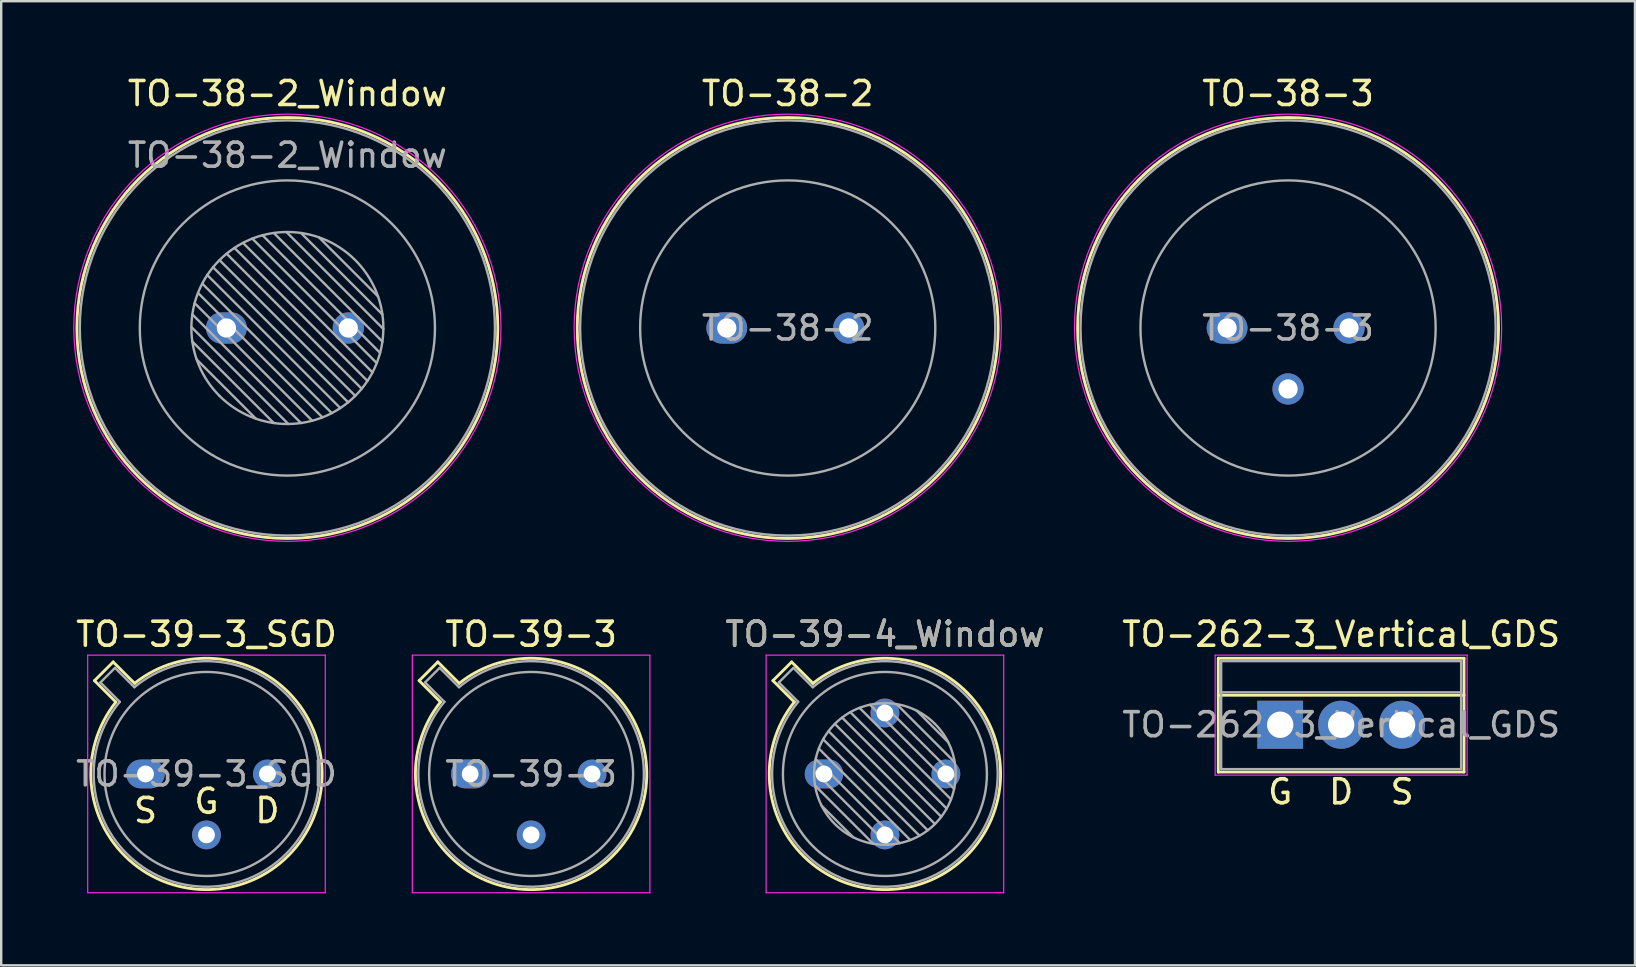
<source format=kicad_pcb>
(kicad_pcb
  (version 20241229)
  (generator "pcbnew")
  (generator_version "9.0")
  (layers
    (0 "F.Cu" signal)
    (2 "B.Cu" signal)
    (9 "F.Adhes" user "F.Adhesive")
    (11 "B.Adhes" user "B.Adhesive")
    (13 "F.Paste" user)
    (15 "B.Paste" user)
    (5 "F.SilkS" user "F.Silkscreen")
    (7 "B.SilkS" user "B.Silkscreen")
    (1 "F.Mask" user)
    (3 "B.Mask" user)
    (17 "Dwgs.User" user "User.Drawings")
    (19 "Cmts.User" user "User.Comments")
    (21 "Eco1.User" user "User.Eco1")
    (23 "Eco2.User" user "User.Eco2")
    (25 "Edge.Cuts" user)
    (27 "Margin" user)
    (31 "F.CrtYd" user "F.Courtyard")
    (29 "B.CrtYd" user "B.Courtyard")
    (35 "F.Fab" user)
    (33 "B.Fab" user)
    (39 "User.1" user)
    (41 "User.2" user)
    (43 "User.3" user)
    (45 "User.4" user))
  (footprint "TO-39-3"
    (layer "F.Cu")
    (at 16.542 29.201)
    (property "Reference" "TO-39-3" (at 2.54 -5.82 0) (layer "F.SilkS") (effects (font (size 1 1) (thickness 0.15))))
    (attr through_hole)
    (fp_line (start -2.126 -3.888) (end -1.235 -2.997) (stroke (width 0.12) (type solid)) (layer "F.SilkS"))
    (fp_line (start -1.348 -4.666) (end -2.126 -3.888) (stroke (width 0.12) (type solid)) (layer "F.SilkS"))
    (fp_line (start -0.457 -3.775) (end -1.348 -4.666) (stroke (width 0.12) (type solid)) (layer "F.SilkS"))
    (fp_arc (start -0.457084 -3.774902) (mid 5.948125 3.408384) (end -1.234674 -2.997371) (stroke (width 0.12) (type solid)) (layer "F.SilkS"))
    (fp_line (start -2.41 -4.95) (end -2.41 4.95) (stroke (width 0.05) (type solid)) (layer "F.CrtYd"))
    (fp_line (start -2.41 4.95) (end 7.49 4.95) (stroke (width 0.05) (type solid)) (layer "F.CrtYd"))
    (fp_line (start 7.49 -4.95) (end -2.41 -4.95) (stroke (width 0.05) (type solid)) (layer "F.CrtYd"))
    (fp_line (start 7.49 4.95) (end 7.49 -4.95) (stroke (width 0.05) (type solid)) (layer "F.CrtYd"))
    (fp_line (start -1.88 -3.812) (end -1.074 -3.005) (stroke (width 0.1) (type solid)) (layer "F.Fab"))
    (fp_line (start -1.272 -4.42) (end -1.88 -3.812) (stroke (width 0.1) (type solid)) (layer "F.Fab"))
    (fp_line (start -0.465 -3.614) (end -1.272 -4.42) (stroke (width 0.1) (type solid)) (layer "F.Fab"))
    (fp_arc (start -0.465408 -3.61352) (mid 5.863443 3.323361) (end -1.073594 -3.005319) (stroke (width 0.1) (type solid)) (layer "F.Fab"))
    (fp_circle (center 2.54 0) (end 6.79 0) (stroke (width 0.1) (type solid)) (fill no) (layer "F.Fab"))
    (fp_text user "${REFERENCE}" (at 2.54 0 0) (layer "F.Fab") (effects (font (size 1 1) (thickness 0.15))))
    (pad "1" thru_hole oval (at 0 0) (size 1.6 1.2) (drill 0.7) (layers "*.Cu" "*.Mask"))
    (pad "2" thru_hole oval (at 2.54 2.54) (size 1.2 1.2) (drill 0.7) (layers "*.Cu" "*.Mask"))
    (pad "3" thru_hole oval (at 5.08 0) (size 1.2 1.2) (drill 0.7) (layers "*.Cu" "*.Mask")))
  (footprint "TO-38-2"
    (layer "F.Cu")
    (at 27.235 10.618)
    (property "Reference" "TO-38-2" (at 2.54 -9.77 0) (layer "F.SilkS") (effects (font (size 1 1) (thickness 0.15))))
    (attr through_hole)
    (fp_circle (center 2.54 0) (end 11.31 0) (stroke (width 0.12) (type solid)) (fill no) (layer "F.SilkS"))
    (fp_circle (center 2.54 -0.01) (end 11.44 -0.01) (stroke (width 0.05) (type solid)) (fill no) (layer "F.CrtYd"))
    (fp_circle (center 2.54 0) (end 8.69 0) (stroke (width 0.1) (type solid)) (fill no) (layer "F.Fab"))
    (fp_circle (center 2.54 0) (end 11.19 0) (stroke (width 0.1) (type solid)) (fill no) (layer "F.Fab"))
    (fp_text user "${REFERENCE}" (at 2.54 0 0) (layer "F.Fab") (effects (font (size 1 1) (thickness 0.15))))
    (pad "1" thru_hole oval (at 0 0) (size 1.7 1.3) (drill 0.8) (layers "*.Cu" "*.Mask"))
    (pad "2" thru_hole oval (at 5.08 0) (size 1.3 1.3) (drill 0.8) (layers "*.Cu" "*.Mask")))
  (footprint "TO-39-3_SGD"
    (layer "F.Cu")
    (at 3.014 29.201)
    (property "Reference" "TO-39-3_SGD" (at 2.54 -5.82 0) (layer "F.SilkS") (effects (font (size 1 1) (thickness 0.15))))
    (fp_line (start -2.126 -3.888) (end -1.235 -2.997) (stroke (width 0.12) (type solid)) (layer "F.SilkS"))
    (fp_line (start -1.348 -4.666) (end -2.126 -3.888) (stroke (width 0.12) (type solid)) (layer "F.SilkS"))
    (fp_line (start -0.457 -3.775) (end -1.348 -4.666) (stroke (width 0.12) (type solid)) (layer "F.SilkS"))
    (fp_arc (start -0.457084 -3.774902) (mid 5.948125 3.408384) (end -1.234674 -2.997371) (stroke (width 0.12) (type solid)) (layer "F.SilkS"))
    (fp_line (start -2.41 -4.95) (end -2.41 4.95) (stroke (width 0.05) (type solid)) (layer "F.CrtYd"))
    (fp_line (start -2.41 4.95) (end 7.49 4.95) (stroke (width 0.05) (type solid)) (layer "F.CrtYd"))
    (fp_line (start 7.49 -4.95) (end -2.41 -4.95) (stroke (width 0.05) (type solid)) (layer "F.CrtYd"))
    (fp_line (start 7.49 4.95) (end 7.49 -4.95) (stroke (width 0.05) (type solid)) (layer "F.CrtYd"))
    (fp_line (start -1.88 -3.812) (end -1.074 -3.005) (stroke (width 0.1) (type solid)) (layer "F.Fab"))
    (fp_line (start -1.272 -4.42) (end -1.88 -3.812) (stroke (width 0.1) (type solid)) (layer "F.Fab"))
    (fp_line (start -0.465 -3.614) (end -1.272 -4.42) (stroke (width 0.1) (type solid)) (layer "F.Fab"))
    (fp_arc (start -0.465408 -3.61352) (mid 5.863443 3.323361) (end -1.073594 -3.005319) (stroke (width 0.1) (type solid)) (layer "F.Fab"))
    (fp_circle (center 2.54 0) (end 6.79 0) (stroke (width 0.1) (type solid)) (fill no) (layer "F.Fab"))
    (fp_text user "G" (at 2.54 1.143 0) (unlocked yes) (layer "F.SilkS") (effects (font (size 1 1) (thickness 0.15))))
    (fp_text user "D" (at 5.08 1.524 0) (unlocked yes) (layer "F.SilkS") (effects (font (size 1 1) (thickness 0.15))))
    (fp_text user "S" (at 0 1.524 0) (unlocked yes) (layer "F.SilkS") (effects (font (size 1 1) (thickness 0.15))))
    (fp_text user "${REFERENCE}" (at 2.54 0 0) (layer "F.Fab") (effects (font (size 1 1) (thickness 0.15))))
    (pad "1" thru_hole oval (at 0 0) (size 1.6 1.2) (drill 0.7) (layers "*.Cu" "*.Mask"))
    (pad "2" thru_hole oval (at 2.54 2.54) (size 1.2 1.2) (drill 0.7) (layers "*.Cu" "*.Mask"))
    (pad "3" thru_hole oval (at 5.08 0) (size 1.2 1.2) (drill 0.7) (layers "*.Cu" "*.Mask")))
  (footprint "TO-262-3_Vertical_GDS"
    (layer "F.Cu")
    (at 50.297 27.151)
    (property "Reference" "TO-262-3_Vertical_GDS" (at 2.54 -3.77 0) (layer "F.SilkS") (effects (font (size 1 1) (thickness 0.15))))
    (fp_line (start -2.58 -2.77) (end -2.58 1.971) (stroke (width 0.12) (type solid)) (layer "F.SilkS"))
    (fp_line (start -2.58 -2.77) (end 7.66 -2.77) (stroke (width 0.12) (type solid)) (layer "F.SilkS"))
    (fp_line (start -2.58 -1.23) (end 7.66 -1.23) (stroke (width 0.12) (type solid)) (layer "F.SilkS"))
    (fp_line (start -2.58 1.971) (end 7.66 1.971) (stroke (width 0.12) (type solid)) (layer "F.SilkS"))
    (fp_line (start 7.66 -2.77) (end 7.66 1.971) (stroke (width 0.12) (type solid)) (layer "F.SilkS"))
    (fp_line (start -2.71 -2.9) (end -2.71 2.1) (stroke (width 0.05) (type solid)) (layer "F.CrtYd"))
    (fp_line (start -2.71 2.1) (end 7.79 2.1) (stroke (width 0.05) (type solid)) (layer "F.CrtYd"))
    (fp_line (start 7.79 -2.9) (end -2.71 -2.9) (stroke (width 0.05) (type solid)) (layer "F.CrtYd"))
    (fp_line (start 7.79 2.1) (end 7.79 -2.9) (stroke (width 0.05) (type solid)) (layer "F.CrtYd"))
    (fp_line (start -2.46 -2.65) (end -2.46 1.85) (stroke (width 0.1) (type solid)) (layer "F.Fab"))
    (fp_line (start -2.46 -1.35) (end 7.54 -1.35) (stroke (width 0.1) (type solid)) (layer "F.Fab"))
    (fp_line (start -2.46 1.85) (end 7.54 1.85) (stroke (width 0.1) (type solid)) (layer "F.Fab"))
    (fp_line (start 7.54 -2.65) (end -2.46 -2.65) (stroke (width 0.1) (type solid)) (layer "F.Fab"))
    (fp_line (start 7.54 1.85) (end 7.54 -2.65) (stroke (width 0.1) (type solid)) (layer "F.Fab"))
    (fp_text user "G" (at 0 2.794 0) (unlocked yes) (layer "F.SilkS") (effects (font (size 1 1) (thickness 0.15))))
    (fp_text user "D" (at 2.54 2.794 0) (unlocked yes) (layer "F.SilkS") (effects (font (size 1 1) (thickness 0.15))))
    (fp_text user "S" (at 5.08 2.794 0) (unlocked yes) (layer "F.SilkS") (effects (font (size 1 1) (thickness 0.15))))
    (fp_text user "${REFERENCE}" (at 2.54 0 0) (layer "F.Fab") (effects (font (size 1 1) (thickness 0.15))))
    (pad "1" thru_hole rect (at 0 0) (size 1.905 2) (drill 1.1) (layers "*.Cu" "*.Mask"))
    (pad "2" thru_hole oval (at 2.54 0) (size 1.905 2) (drill 1.1) (layers "*.Cu" "*.Mask"))
    (pad "3" thru_hole oval (at 5.08 0) (size 1.905 2) (drill 1.1) (layers "*.Cu" "*.Mask")))
  (footprint "TO-39-4_Window"
    (layer "F.Cu")
    (at 31.285 29.201)
    (property "Reference" "TO-39-4_Window" (at 2.54 -5.82 0) (layer "F.SilkS") (effects (font (size 1 1) (thickness 0.15))))
    (attr through_hole)
    (fp_line (start -2.126 -3.888) (end -1.235 -2.997) (stroke (width 0.12) (type solid)) (layer "F.SilkS"))
    (fp_line (start -1.348 -4.666) (end -2.126 -3.888) (stroke (width 0.12) (type solid)) (layer "F.SilkS"))
    (fp_line (start -0.457 -3.775) (end -1.348 -4.666) (stroke (width 0.12) (type solid)) (layer "F.SilkS"))
    (fp_arc (start -0.457084 -3.774902) (mid 5.948125 3.408384) (end -1.234674 -2.997371) (stroke (width 0.12) (type solid)) (layer "F.SilkS"))
    (fp_line (start -2.41 -4.95) (end -2.41 4.95) (stroke (width 0.05) (type solid)) (layer "F.CrtYd"))
    (fp_line (start -2.41 4.95) (end 7.49 4.95) (stroke (width 0.05) (type solid)) (layer "F.CrtYd"))
    (fp_line (start 7.49 -4.95) (end -2.41 -4.95) (stroke (width 0.05) (type solid)) (layer "F.CrtYd"))
    (fp_line (start 7.49 4.95) (end 7.49 -4.95) (stroke (width 0.05) (type solid)) (layer "F.CrtYd"))
    (fp_line (start -1.88 -3.812) (end -1.074 -3.005) (stroke (width 0.1) (type solid)) (layer "F.Fab"))
    (fp_line (start -1.272 -4.42) (end -1.88 -3.812) (stroke (width 0.1) (type solid)) (layer "F.Fab"))
    (fp_line (start -0.465 -3.614) (end -1.272 -4.42) (stroke (width 0.1) (type solid)) (layer "F.Fab"))
    (fp_line (start -0.408 -0.12) (end 2.66 2.948) (stroke (width 0.1) (type solid)) (layer "F.Fab"))
    (fp_line (start -0.371 0.485) (end 2.055 2.911) (stroke (width 0.1) (type solid)) (layer "F.Fab"))
    (fp_line (start -0.344 -0.622) (end 3.162 2.884) (stroke (width 0.1) (type solid)) (layer "F.Fab"))
    (fp_line (start -0.215 -1.058) (end 3.598 2.755) (stroke (width 0.1) (type solid)) (layer "F.Fab"))
    (fp_line (start -0.097 1.324) (end 1.216 2.637) (stroke (width 0.1) (type solid)) (layer "F.Fab"))
    (fp_line (start -0.034 -1.443) (end 3.983 2.574) (stroke (width 0.1) (type solid)) (layer "F.Fab"))
    (fp_line (start 0.19 -1.784) (end 4.324 2.35) (stroke (width 0.1) (type solid)) (layer "F.Fab"))
    (fp_line (start 0.454 -2.086) (end 4.626 2.086) (stroke (width 0.1) (type solid)) (layer "F.Fab"))
    (fp_line (start 0.756 -2.35) (end 4.89 1.784) (stroke (width 0.1) (type solid)) (layer "F.Fab"))
    (fp_line (start 1.097 -2.574) (end 5.114 1.443) (stroke (width 0.1) (type solid)) (layer "F.Fab"))
    (fp_line (start 1.482 -2.755) (end 5.295 1.058) (stroke (width 0.1) (type solid)) (layer "F.Fab"))
    (fp_line (start 1.918 -2.884) (end 5.424 0.622) (stroke (width 0.1) (type solid)) (layer "F.Fab"))
    (fp_line (start 2.42 -2.948) (end 5.488 0.12) (stroke (width 0.1) (type solid)) (layer "F.Fab"))
    (fp_line (start 3.025 -2.911) (end 5.451 -0.485) (stroke (width 0.1) (type solid)) (layer "F.Fab"))
    (fp_line (start 3.864 -2.637) (end 5.177 -1.324) (stroke (width 0.1) (type solid)) (layer "F.Fab"))
    (fp_arc (start -0.465408 -3.61352) (mid 5.863443 3.323361) (end -1.073594 -3.005319) (stroke (width 0.1) (type solid)) (layer "F.Fab"))
    (fp_circle (center 2.54 0) (end 5.49 0) (stroke (width 0.1) (type solid)) (fill no) (layer "F.Fab"))
    (fp_circle (center 2.54 0) (end 6.79 0) (stroke (width 0.1) (type solid)) (fill no) (layer "F.Fab"))
    (fp_text user "${REFERENCE}" (at 2.54 -5.82 0) (layer "F.Fab") (effects (font (size 1 1) (thickness 0.15))))
    (pad "1" thru_hole oval (at 0 0) (size 1.6 1.2) (drill 0.7) (layers "*.Cu" "*.Mask"))
    (pad "2" thru_hole oval (at 2.54 2.54) (size 1.2 1.2) (drill 0.7) (layers "*.Cu" "*.Mask"))
    (pad "3" thru_hole oval (at 5.08 0) (size 1.2 1.2) (drill 0.7) (layers "*.Cu" "*.Mask"))
    (pad "4" thru_hole oval (at 2.54 -2.54) (size 1.2 1.2) (drill 0.7) (layers "*.Cu" "*.Mask")))
  (footprint "TO-38-2_Window"
    (layer "F.Cu")
    (at 6.385 10.618)
    (property "Reference" "TO-38-2_Window" (at 2.54 -9.77 0) (layer "F.SilkS") (effects (font (size 1 1) (thickness 0.15))))
    (attr through_hole)
    (fp_circle (center 2.54 0) (end 11.31 0) (stroke (width 0.12) (type solid)) (fill no) (layer "F.SilkS"))
    (fp_circle (center 2.54 -0.01) (end 11.44 -0.01) (stroke (width 0.05) (type solid)) (fill no) (layer "F.CrtYd"))
    (fp_line (start -1.46 -0.041) (end 2.581 4) (stroke (width 0.1) (type solid)) (layer "F.Fab"))
    (fp_line (start -1.42 -0.566) (end 3.106 3.96) (stroke (width 0.1) (type solid)) (layer "F.Fab"))
    (fp_line (start -1.42 0.566) (end 1.974 3.96) (stroke (width 0.1) (type solid)) (layer "F.Fab"))
    (fp_line (start -1.324 -1.036) (end 3.576 3.864) (stroke (width 0.1) (type solid)) (layer "F.Fab"))
    (fp_line (start -1.239 1.313) (end 1.227 3.779) (stroke (width 0.1) (type solid)) (layer "F.Fab"))
    (fp_line (start -1.184 -1.461) (end 4.001 3.724) (stroke (width 0.1) (type solid)) (layer "F.Fab"))
    (fp_line (start -1.007 -1.85) (end 4.39 3.547) (stroke (width 0.1) (type solid)) (layer "F.Fab"))
    (fp_line (start -0.797 -2.206) (end 4.746 3.337) (stroke (width 0.1) (type solid)) (layer "F.Fab"))
    (fp_line (start -0.558 -2.532) (end 5.072 3.098) (stroke (width 0.1) (type solid)) (layer "F.Fab"))
    (fp_line (start -0.289 -2.829) (end 5.369 2.829) (stroke (width 0.1) (type solid)) (layer "F.Fab"))
    (fp_line (start -0.289 2.829) (end -0.289 2.829) (stroke (width 0.1) (type solid)) (layer "F.Fab"))
    (fp_line (start 0.008 -3.098) (end 5.638 2.532) (stroke (width 0.1) (type solid)) (layer "F.Fab"))
    (fp_line (start 0.334 -3.337) (end 5.877 2.206) (stroke (width 0.1) (type solid)) (layer "F.Fab"))
    (fp_line (start 0.69 -3.547) (end 6.087 1.85) (stroke (width 0.1) (type solid)) (layer "F.Fab"))
    (fp_line (start 1.079 -3.724) (end 6.264 1.461) (stroke (width 0.1) (type solid)) (layer "F.Fab"))
    (fp_line (start 1.504 -3.864) (end 6.404 1.036) (stroke (width 0.1) (type solid)) (layer "F.Fab"))
    (fp_line (start 1.974 -3.96) (end 6.5 0.566) (stroke (width 0.1) (type solid)) (layer "F.Fab"))
    (fp_line (start 2.499 -4) (end 6.54 0.041) (stroke (width 0.1) (type solid)) (layer "F.Fab"))
    (fp_line (start 3.106 -3.96) (end 6.5 -0.566) (stroke (width 0.1) (type solid)) (layer "F.Fab"))
    (fp_line (start 3.853 -3.779) (end 6.319 -1.313) (stroke (width 0.1) (type solid)) (layer "F.Fab"))
    (fp_circle (center 2.54 0) (end 6.54 0) (stroke (width 0.1) (type solid)) (fill no) (layer "F.Fab"))
    (fp_circle (center 2.54 0) (end 8.69 0) (stroke (width 0.1) (type solid)) (fill no) (layer "F.Fab"))
    (fp_circle (center 2.54 0) (end 11.19 0) (stroke (width 0.1) (type solid)) (fill no) (layer "F.Fab"))
    (fp_text user "${REFERENCE}" (at 2.54 -7.2 0) (layer "F.Fab") (effects (font (size 1 1) (thickness 0.15))))
    (pad "1" thru_hole oval (at 0 0) (size 1.7 1.3) (drill 0.8) (layers "*.Cu" "*.Mask"))
    (pad "2" thru_hole oval (at 5.08 0) (size 1.3 1.3) (drill 0.8) (layers "*.Cu" "*.Mask")))
  (footprint "TO-38-3"
    (layer "F.Cu")
    (at 48.085 10.618)
    (property "Reference" "TO-38-3" (at 2.54 -9.77 0) (layer "F.SilkS") (effects (font (size 1 1) (thickness 0.15))))
    (attr through_hole)
    (fp_circle (center 2.54 0) (end 11.31 0) (stroke (width 0.12) (type solid)) (fill no) (layer "F.SilkS"))
    (fp_circle (center 2.54 -0.01) (end 11.44 -0.01) (stroke (width 0.05) (type solid)) (fill no) (layer "F.CrtYd"))
    (fp_circle (center 2.54 0) (end 8.69 0) (stroke (width 0.1) (type solid)) (fill no) (layer "F.Fab"))
    (fp_circle (center 2.54 0) (end 11.19 0) (stroke (width 0.1) (type solid)) (fill no) (layer "F.Fab"))
    (fp_text user "${REFERENCE}" (at 2.54 0 0) (layer "F.Fab") (effects (font (size 1 1) (thickness 0.15))))
    (pad "1" thru_hole oval (at 0 0) (size 1.7 1.3) (drill 0.8) (layers "*.Cu" "*.Mask"))
    (pad "2" thru_hole oval (at 2.54 2.54) (size 1.3 1.3) (drill 0.8) (layers "*.Cu" "*.Mask"))
    (pad "3" thru_hole oval (at 5.08 0) (size 1.3 1.3) (drill 0.8) (layers "*.Cu" "*.Mask")))
  (gr_rect
    (start -3 -3)
    (end 65.081 37.176)
    (stroke (width 0.1) (type default))
    (fill no)
    (layer "Edge.Cuts")))
</source>
